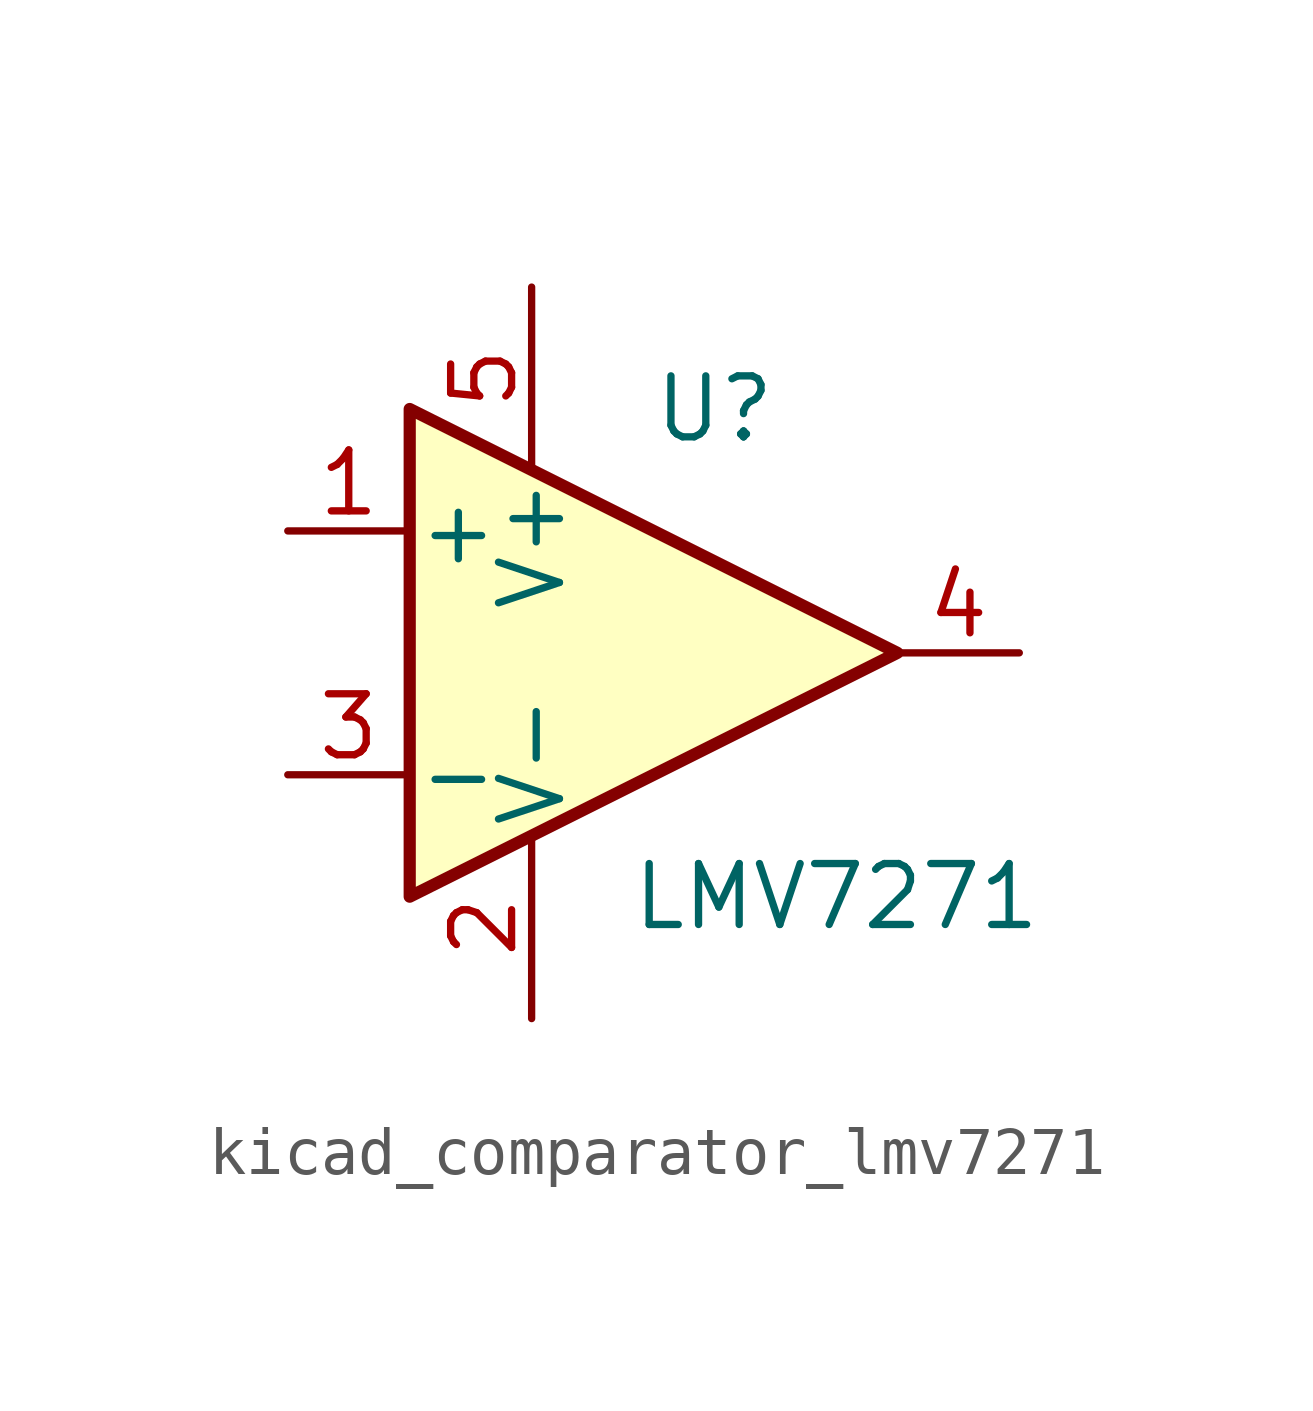
<source format=kicad_sym>
(kicad_symbol_lib
  (version 20220914)
  (generator kicad_symbol_editor)
  (symbol "kicad_comparator_lmv7271"
    (pin_names
      (offset 0.127))
    (property "Reference" "U"
      (at 1.27 5.08 0)
      (effects (font (size 1.27 1.27))))
    (property "Value" "LMV7271"
      (at 3.81 -5.08 0)
      (effects (font (size 1.27 1.27))))
    (symbol "kicad_comparator_lmv7271_0_1"
      (polyline (pts (xy -5.08 5.08) (xy 5.08 0) (xy -5.08 -5.08) (xy -5.08 5.08)) (stroke (width 0.254) (type default)) (fill (type background))))
    (symbol "kicad_comparator_lmv7271_1_1"
      (pin input line (at -7.62 2.54 0) (length 2.54) (name "+" (effects (font (size 1.27 1.27)))) (number "1" (effects (font (size 1.27 1.27)))))
      (pin power_in line (at -2.54 -7.62 90) (length 3.81) (name "V-" (effects (font (size 1.27 1.27)))) (number "2" (effects (font (size 1.27 1.27)))))
      (pin input line (at -7.62 -2.54 0) (length 2.54) (name "-" (effects (font (size 1.27 1.27)))) (number "3" (effects (font (size 1.27 1.27)))))
      (pin output line (at 7.62 0 180) (length 2.54) (name "~" (effects (font (size 1.27 1.27)))) (number "4" (effects (font (size 1.27 1.27)))))
      (pin power_in line (at -2.54 7.62 270) (length 3.81) (name "V+" (effects (font (size 1.27 1.27)))) (number "5" (effects (font (size 1.27 1.27))))))))
</source>
